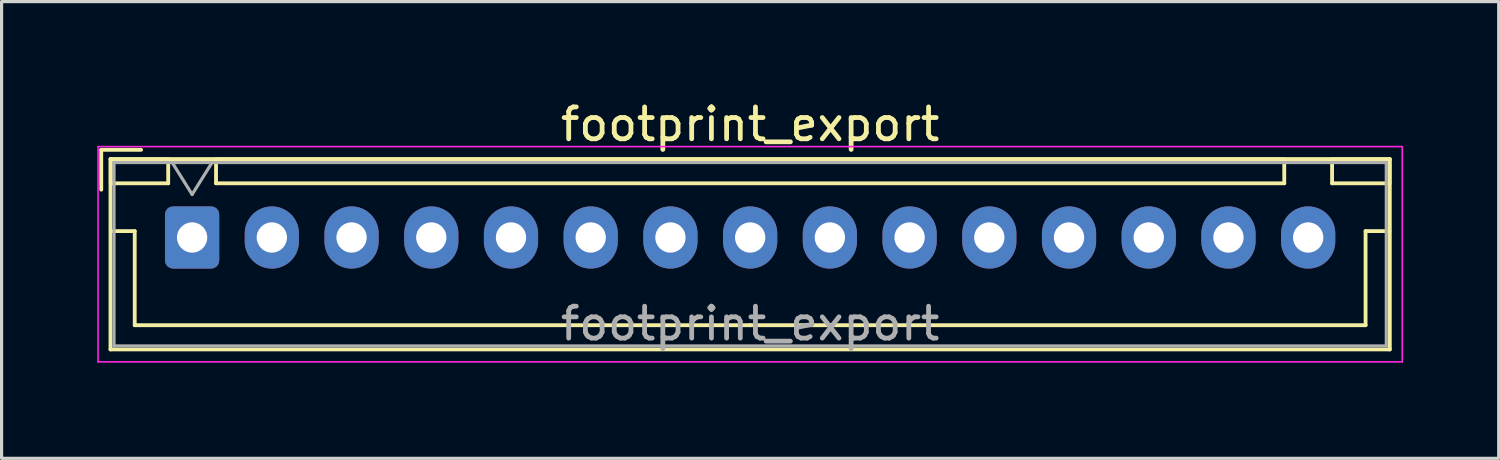
<source format=kicad_pcb>
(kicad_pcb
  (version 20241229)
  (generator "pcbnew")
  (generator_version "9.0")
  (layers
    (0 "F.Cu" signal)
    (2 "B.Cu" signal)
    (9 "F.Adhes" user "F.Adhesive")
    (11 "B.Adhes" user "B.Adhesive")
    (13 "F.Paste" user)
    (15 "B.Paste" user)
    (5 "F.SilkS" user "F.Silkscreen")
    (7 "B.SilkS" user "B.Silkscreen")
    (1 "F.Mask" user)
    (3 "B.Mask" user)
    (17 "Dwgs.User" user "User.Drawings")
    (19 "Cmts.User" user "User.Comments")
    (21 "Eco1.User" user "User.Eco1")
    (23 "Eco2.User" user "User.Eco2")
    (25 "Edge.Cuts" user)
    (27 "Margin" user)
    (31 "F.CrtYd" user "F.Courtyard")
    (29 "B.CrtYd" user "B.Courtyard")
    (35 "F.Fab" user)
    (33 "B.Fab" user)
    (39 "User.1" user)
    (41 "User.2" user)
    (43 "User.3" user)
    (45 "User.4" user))
  (footprint "footprint_export"
    (layer "F.Cu")
    (at 2.975 4.398)
    (property "Reference" "footprint_export" (at 17.5 -3.55 0) (layer "F.SilkS") (effects (font (size 1 1) (thickness 0.15))))
    (attr through_hole)
    (fp_line (start -2.85 -2.75) (end -2.85 -1.5) (stroke (width 0.12) (type solid)) (layer "F.SilkS"))
    (fp_line (start -2.56 -2.46) (end -2.56 3.51) (stroke (width 0.12) (type solid)) (layer "F.SilkS"))
    (fp_line (start -2.56 3.51) (end 37.56 3.51) (stroke (width 0.12) (type solid)) (layer "F.SilkS"))
    (fp_line (start -2.55 -2.45) (end -2.55 -1.7) (stroke (width 0.12) (type solid)) (layer "F.SilkS"))
    (fp_line (start -2.55 -1.7) (end -0.75 -1.7) (stroke (width 0.12) (type solid)) (layer "F.SilkS"))
    (fp_line (start -2.55 -0.2) (end -1.8 -0.2) (stroke (width 0.12) (type solid)) (layer "F.SilkS"))
    (fp_line (start -1.8 -0.2) (end -1.8 2.75) (stroke (width 0.12) (type solid)) (layer "F.SilkS"))
    (fp_line (start -1.8 2.75) (end 17.5 2.75) (stroke (width 0.12) (type solid)) (layer "F.SilkS"))
    (fp_line (start -1.6 -2.75) (end -2.85 -2.75) (stroke (width 0.12) (type solid)) (layer "F.SilkS"))
    (fp_line (start -0.75 -2.45) (end -2.55 -2.45) (stroke (width 0.12) (type solid)) (layer "F.SilkS"))
    (fp_line (start -0.75 -1.7) (end -0.75 -2.45) (stroke (width 0.12) (type solid)) (layer "F.SilkS"))
    (fp_line (start 0.75 -2.45) (end 0.75 -1.7) (stroke (width 0.12) (type solid)) (layer "F.SilkS"))
    (fp_line (start 0.75 -1.7) (end 34.25 -1.7) (stroke (width 0.12) (type solid)) (layer "F.SilkS"))
    (fp_line (start 34.25 -2.45) (end 0.75 -2.45) (stroke (width 0.12) (type solid)) (layer "F.SilkS"))
    (fp_line (start 34.25 -1.7) (end 34.25 -2.45) (stroke (width 0.12) (type solid)) (layer "F.SilkS"))
    (fp_line (start 35.75 -2.45) (end 35.75 -1.7) (stroke (width 0.12) (type solid)) (layer "F.SilkS"))
    (fp_line (start 35.75 -1.7) (end 37.55 -1.7) (stroke (width 0.12) (type solid)) (layer "F.SilkS"))
    (fp_line (start 36.8 -0.2) (end 36.8 2.75) (stroke (width 0.12) (type solid)) (layer "F.SilkS"))
    (fp_line (start 36.8 2.75) (end 17.5 2.75) (stroke (width 0.12) (type solid)) (layer "F.SilkS"))
    (fp_line (start 37.55 -2.45) (end 35.75 -2.45) (stroke (width 0.12) (type solid)) (layer "F.SilkS"))
    (fp_line (start 37.55 -1.7) (end 37.55 -2.45) (stroke (width 0.12) (type solid)) (layer "F.SilkS"))
    (fp_line (start 37.55 -0.2) (end 36.8 -0.2) (stroke (width 0.12) (type solid)) (layer "F.SilkS"))
    (fp_line (start 37.56 -2.46) (end -2.56 -2.46) (stroke (width 0.12) (type solid)) (layer "F.SilkS"))
    (fp_line (start 37.56 3.51) (end 37.56 -2.46) (stroke (width 0.12) (type solid)) (layer "F.SilkS"))
    (fp_line (start -2.95 -2.85) (end -2.95 3.9) (stroke (width 0.05) (type solid)) (layer "F.CrtYd"))
    (fp_line (start -2.95 3.9) (end 37.95 3.9) (stroke (width 0.05) (type solid)) (layer "F.CrtYd"))
    (fp_line (start 37.95 -2.85) (end -2.95 -2.85) (stroke (width 0.05) (type solid)) (layer "F.CrtYd"))
    (fp_line (start 37.95 3.9) (end 37.95 -2.85) (stroke (width 0.05) (type solid)) (layer "F.CrtYd"))
    (fp_line (start -2.45 -2.35) (end -2.45 3.4) (stroke (width 0.1) (type solid)) (layer "F.Fab"))
    (fp_line (start -2.45 3.4) (end 37.45 3.4) (stroke (width 0.1) (type solid)) (layer "F.Fab"))
    (fp_line (start -0.625 -2.35) (end 0 -1.35) (stroke (width 0.1) (type solid)) (layer "F.Fab"))
    (fp_line (start 0 -1.35) (end 0.625 -2.35) (stroke (width 0.1) (type solid)) (layer "F.Fab"))
    (fp_line (start 37.45 -2.35) (end -2.45 -2.35) (stroke (width 0.1) (type solid)) (layer "F.Fab"))
    (fp_line (start 37.45 3.4) (end 37.45 -2.35) (stroke (width 0.1) (type solid)) (layer "F.Fab"))
    (fp_text user "${REFERENCE}" (at 17.5 2.7 0) (layer "F.Fab") (effects (font (size 1 1) (thickness 0.15))))
    (pad "1" thru_hole roundrect (at 0 0) (size 1.7 1.95) (drill 0.95) (layers "*.Cu" "*.Mask") (roundrect_rratio 0.147))
    (pad "2" thru_hole oval (at 2.5 0) (size 1.7 1.95) (drill 0.95) (layers "*.Cu" "*.Mask"))
    (pad "3" thru_hole oval (at 5 0) (size 1.7 1.95) (drill 0.95) (layers "*.Cu" "*.Mask"))
    (pad "4" thru_hole oval (at 7.5 0) (size 1.7 1.95) (drill 0.95) (layers "*.Cu" "*.Mask"))
    (pad "5" thru_hole oval (at 10 0) (size 1.7 1.95) (drill 0.95) (layers "*.Cu" "*.Mask"))
    (pad "6" thru_hole oval (at 12.5 0) (size 1.7 1.95) (drill 0.95) (layers "*.Cu" "*.Mask"))
    (pad "7" thru_hole oval (at 15 0) (size 1.7 1.95) (drill 0.95) (layers "*.Cu" "*.Mask"))
    (pad "8" thru_hole oval (at 17.5 0) (size 1.7 1.95) (drill 0.95) (layers "*.Cu" "*.Mask"))
    (pad "9" thru_hole oval (at 20 0) (size 1.7 1.95) (drill 0.95) (layers "*.Cu" "*.Mask"))
    (pad "10" thru_hole oval (at 22.5 0) (size 1.7 1.95) (drill 0.95) (layers "*.Cu" "*.Mask"))
    (pad "11" thru_hole oval (at 25 0) (size 1.7 1.95) (drill 0.95) (layers "*.Cu" "*.Mask"))
    (pad "12" thru_hole oval (at 27.5 0) (size 1.7 1.95) (drill 0.95) (layers "*.Cu" "*.Mask"))
    (pad "13" thru_hole oval (at 30 0) (size 1.7 1.95) (drill 0.95) (layers "*.Cu" "*.Mask"))
    (pad "14" thru_hole oval (at 32.5 0) (size 1.7 1.95) (drill 0.95) (layers "*.Cu" "*.Mask"))
    (pad "15" thru_hole oval (at 35 0) (size 1.7 1.95) (drill 0.95) (layers "*.Cu" "*.Mask")))
  (gr_rect
    (start -3 -3)
    (end 43.95 11.323)
    (stroke (width 0.1) (type default))
    (fill no)
    (layer "Edge.Cuts")))
</source>
